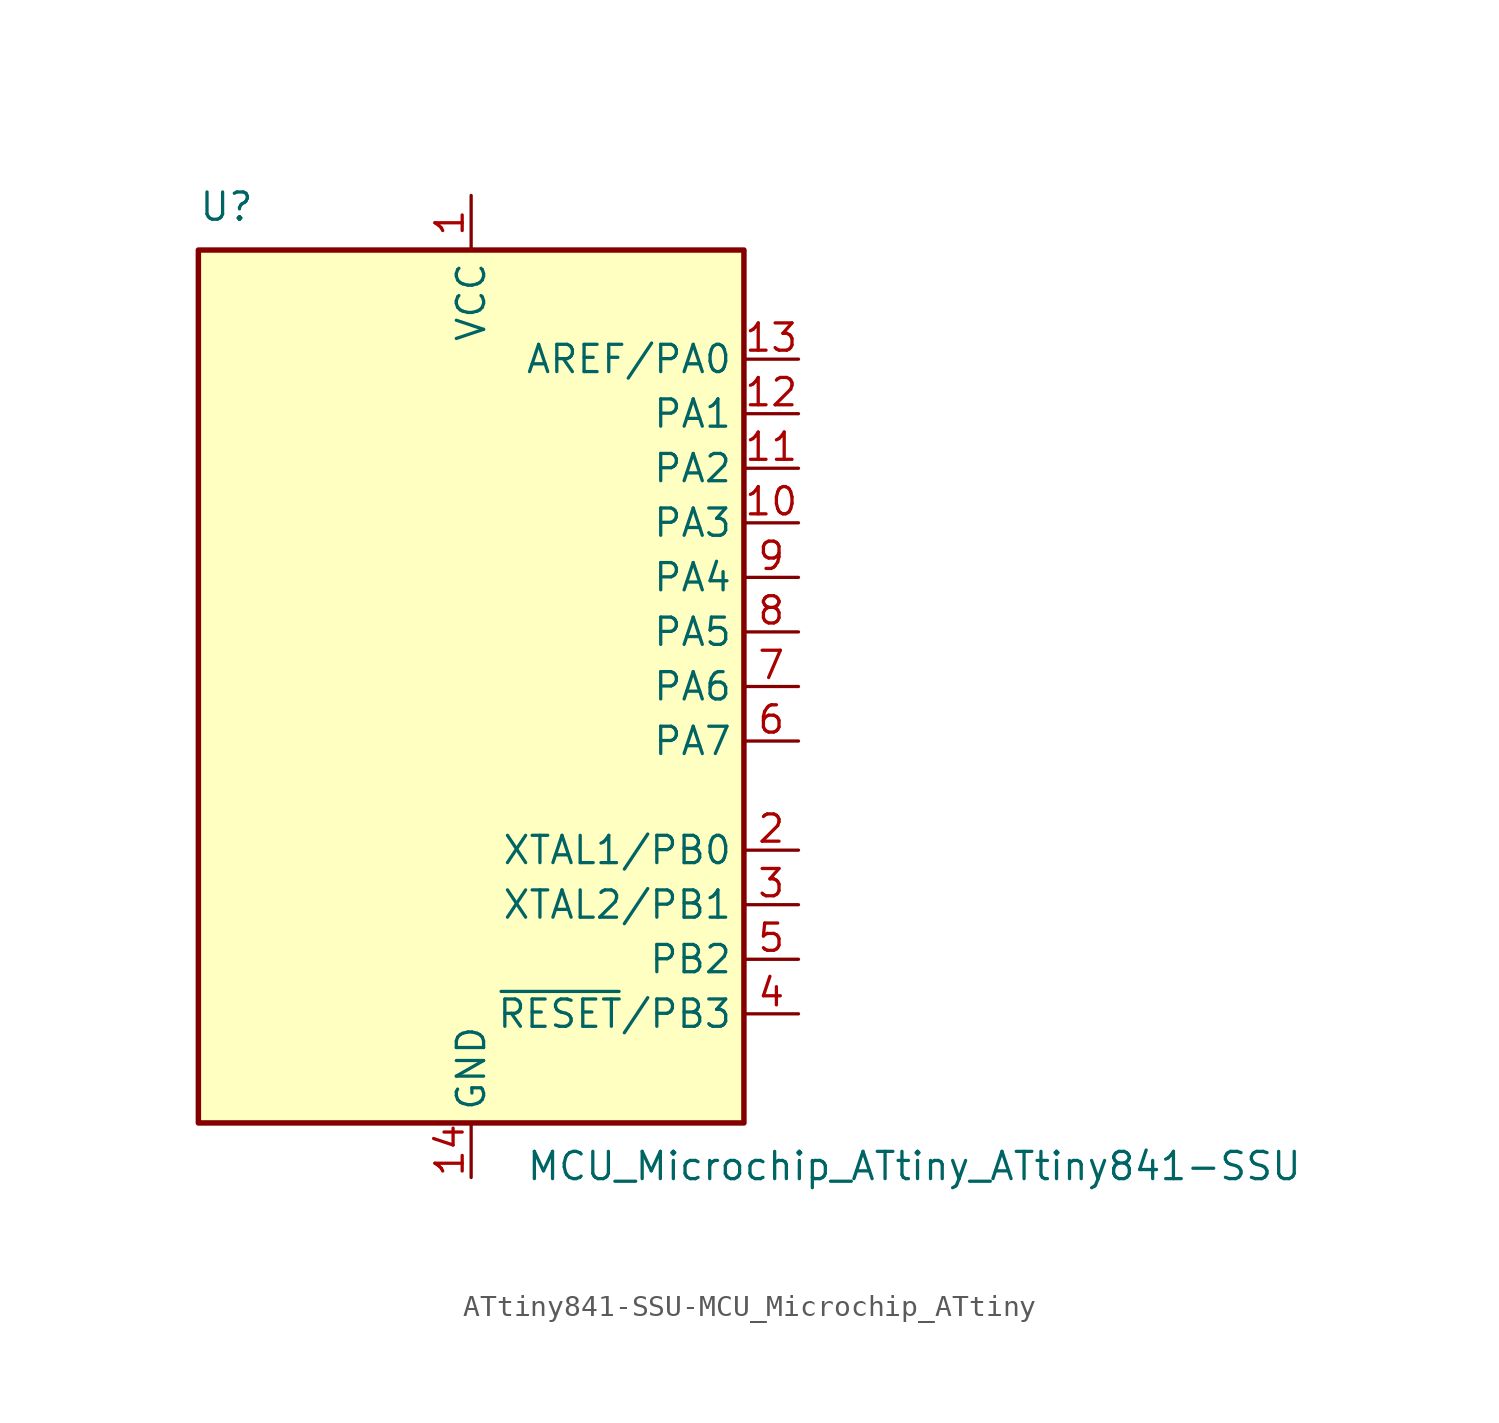
<source format=kicad_sym>
(kicad_symbol_lib
  (version 20231120)
  (generator "kicad_symbol_editor")
  (generator_version "8.0")
  (symbol "ATtiny841-SSU-MCU_Microchip_ATtiny"
    (property "Reference" "U"
      (at -12.7 21.59 0)
      (effects (font (size 1.27 1.27)) (justify left bottom)))
    (property "Value" "MCU_Microchip_ATtiny_ATtiny841-SSU"
      (at 2.54 -21.59 0)
      (effects (font (size 1.27 1.27)) (justify left top)))
    (symbol "ATtiny841-SSU-MCU_Microchip_ATtiny_0_1"
      (rectangle (start -12.7 -20.32) (end 12.7 20.32) (stroke (width 0.254) (type solid)) (fill (type background))))
    (symbol "ATtiny841-SSU-MCU_Microchip_ATtiny_1_1"
      (pin power_in line (at 0 22.86 270) (length 2.54) (name "VCC" (effects (font (size 1.27 1.27)))) (number "1" (effects (font (size 1.27 1.27)))))
      (pin bidirectional line (at 15.24 7.62 180) (length 2.54) (name "PA3" (effects (font (size 1.27 1.27)))) (number "10" (effects (font (size 1.27 1.27)))))
      (pin bidirectional line (at 15.24 10.16 180) (length 2.54) (name "PA2" (effects (font (size 1.27 1.27)))) (number "11" (effects (font (size 1.27 1.27)))))
      (pin bidirectional line (at 15.24 12.7 180) (length 2.54) (name "PA1" (effects (font (size 1.27 1.27)))) (number "12" (effects (font (size 1.27 1.27)))))
      (pin bidirectional line (at 15.24 15.24 180) (length 2.54) (name "AREF/PA0" (effects (font (size 1.27 1.27)))) (number "13" (effects (font (size 1.27 1.27)))))
      (pin power_in line (at 0 -22.86 90) (length 2.54) (name "GND" (effects (font (size 1.27 1.27)))) (number "14" (effects (font (size 1.27 1.27)))))
      (pin bidirectional line (at 15.24 -7.62 180) (length 2.54) (name "XTAL1/PB0" (effects (font (size 1.27 1.27)))) (number "2" (effects (font (size 1.27 1.27)))))
      (pin bidirectional line (at 15.24 -10.16 180) (length 2.54) (name "XTAL2/PB1" (effects (font (size 1.27 1.27)))) (number "3" (effects (font (size 1.27 1.27)))))
      (pin bidirectional line (at 15.24 -15.24 180) (length 2.54) (name "~{RESET}/PB3" (effects (font (size 1.27 1.27)))) (number "4" (effects (font (size 1.27 1.27)))))
      (pin bidirectional line (at 15.24 -12.7 180) (length 2.54) (name "PB2" (effects (font (size 1.27 1.27)))) (number "5" (effects (font (size 1.27 1.27)))))
      (pin bidirectional line (at 15.24 -2.54 180) (length 2.54) (name "PA7" (effects (font (size 1.27 1.27)))) (number "6" (effects (font (size 1.27 1.27)))))
      (pin bidirectional line (at 15.24 0 180) (length 2.54) (name "PA6" (effects (font (size 1.27 1.27)))) (number "7" (effects (font (size 1.27 1.27)))))
      (pin bidirectional line (at 15.24 2.54 180) (length 2.54) (name "PA5" (effects (font (size 1.27 1.27)))) (number "8" (effects (font (size 1.27 1.27)))))
      (pin bidirectional line (at 15.24 5.08 180) (length 2.54) (name "PA4" (effects (font (size 1.27 1.27)))) (number "9" (effects (font (size 1.27 1.27))))))))
</source>
